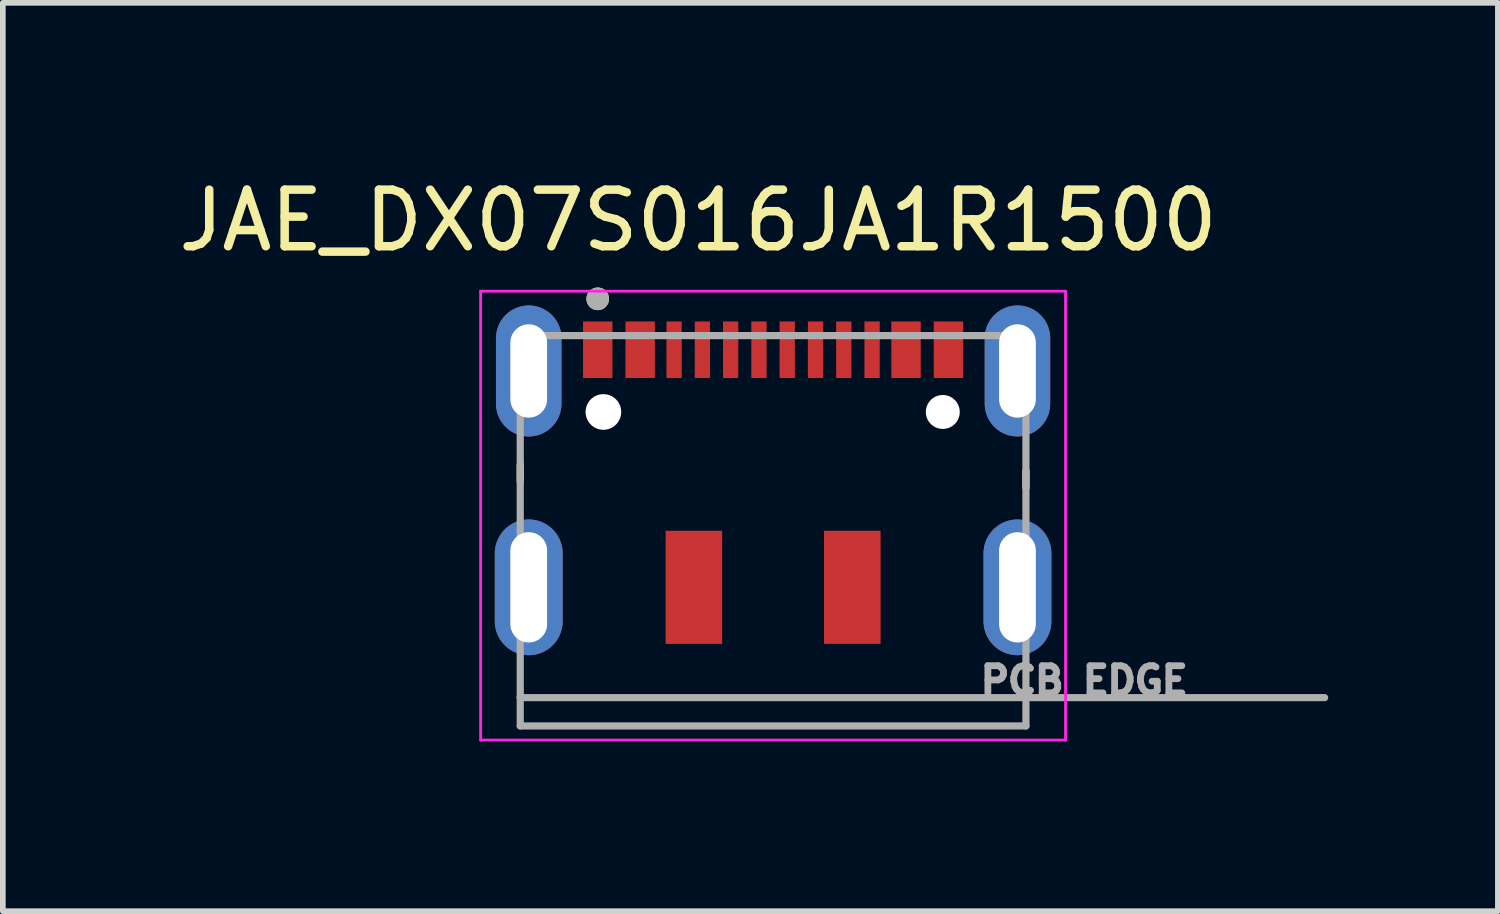
<source format=kicad_pcb>
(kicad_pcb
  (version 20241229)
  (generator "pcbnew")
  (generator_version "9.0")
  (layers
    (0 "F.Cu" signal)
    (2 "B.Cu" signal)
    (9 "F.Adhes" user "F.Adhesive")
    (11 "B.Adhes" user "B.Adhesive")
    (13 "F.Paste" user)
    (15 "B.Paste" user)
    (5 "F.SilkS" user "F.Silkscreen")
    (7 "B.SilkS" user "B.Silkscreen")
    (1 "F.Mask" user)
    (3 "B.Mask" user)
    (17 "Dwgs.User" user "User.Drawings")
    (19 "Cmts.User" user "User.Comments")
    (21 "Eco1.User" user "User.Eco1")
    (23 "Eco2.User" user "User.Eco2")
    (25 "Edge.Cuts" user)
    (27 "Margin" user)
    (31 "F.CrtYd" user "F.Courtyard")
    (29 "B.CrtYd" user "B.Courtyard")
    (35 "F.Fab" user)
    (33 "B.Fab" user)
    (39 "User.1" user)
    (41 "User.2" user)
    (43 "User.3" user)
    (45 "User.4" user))
  (footprint "JAE_DX07S016JA1R1500"
    (layer "F.Cu")
    (at 10.617 4.233)
    (property "Reference" "JAE_DX07S016JA1R1500" (at -1.325 -3.385 0) (layer "F.SilkS") (effects (font (size 1 1) (thickness 0.15))))
    (attr smd)
    (fp_line (start -4.47 0.93) (end -4.47 1.23) (stroke (width 0.127) (type solid)) (layer "F.SilkS"))
    (fp_line (start 4.47 1.04) (end 4.47 1.34) (stroke (width 0.127) (type solid)) (layer "F.SilkS"))
    (fp_circle (center -3.1 -2) (end -3 -2) (stroke (width 0.2) (type solid)) (fill no) (layer "F.SilkS"))
    (fp_line (start -5.17 -2.135) (end 5.17 -2.135) (stroke (width 0.05) (type solid)) (layer "F.CrtYd"))
    (fp_line (start -5.17 5.8) (end -5.17 -2.135) (stroke (width 0.05) (type solid)) (layer "F.CrtYd"))
    (fp_line (start 5.17 -2.135) (end 5.17 5.8) (stroke (width 0.05) (type solid)) (layer "F.CrtYd"))
    (fp_line (start 5.17 5.8) (end -5.17 5.8) (stroke (width 0.05) (type solid)) (layer "F.CrtYd"))
    (fp_line (start -4.47 -1.35) (end 4.47 -1.35) (stroke (width 0.127) (type solid)) (layer "F.Fab"))
    (fp_line (start -4.47 5.05) (end -4.47 -1.35) (stroke (width 0.127) (type solid)) (layer "F.Fab"))
    (fp_line (start -4.47 5.55) (end -4.47 5.05) (stroke (width 0.127) (type solid)) (layer "F.Fab"))
    (fp_line (start 4.47 -1.35) (end 4.47 5.05) (stroke (width 0.127) (type solid)) (layer "F.Fab"))
    (fp_line (start 4.47 5.05) (end -4.47 5.05) (stroke (width 0.127) (type solid)) (layer "F.Fab"))
    (fp_line (start 4.47 5.05) (end 4.47 5.55) (stroke (width 0.127) (type solid)) (layer "F.Fab"))
    (fp_line (start 4.47 5.05) (end 9.75 5.05) (stroke (width 0.127) (type solid)) (layer "F.Fab"))
    (fp_line (start 4.47 5.55) (end -4.47 5.55) (stroke (width 0.127) (type solid)) (layer "F.Fab"))
    (fp_circle (center -3.1 -2) (end -3 -2) (stroke (width 0.2) (type solid)) (fill no) (layer "F.Fab"))
    (fp_text user "PCB EDGE" (at 5.5 4.75 0) (layer "F.Fab") (effects (font (size 0.48 0.48) (thickness 0.15))))
    (pad "" np_thru_hole circle (at -3 0) (size 0.63 0.63) (drill 0.63) (layers "*.Cu" "*.Mask"))
    (pad "" np_thru_hole circle (at 3 0) (size 0.6 0.6) (drill 0.6) (layers "*.Cu" "*.Mask"))
    (pad "1" smd rect (at -3.1 -1.1) (size 0.52 1) (layers "F.Cu" "F.Mask" "F.Paste"))
    (pad "2" smd rect (at -2.35 -1.1) (size 0.52 1) (layers "F.Cu" "F.Mask" "F.Paste"))
    (pad "3" smd rect (at -1.75 -1.1) (size 0.27 1) (layers "F.Cu" "F.Mask" "F.Paste"))
    (pad "4" smd rect (at -1.25 -1.1) (size 0.27 1) (layers "F.Cu" "F.Mask" "F.Paste"))
    (pad "5" smd rect (at -0.75 -1.1) (size 0.27 1) (layers "F.Cu" "F.Mask" "F.Paste"))
    (pad "6" smd rect (at -0.25 -1.1) (size 0.27 1) (layers "F.Cu" "F.Mask" "F.Paste"))
    (pad "7" smd rect (at 0.25 -1.1) (size 0.27 1) (layers "F.Cu" "F.Mask" "F.Paste"))
    (pad "8" smd rect (at 0.75 -1.1) (size 0.27 1) (layers "F.Cu" "F.Mask" "F.Paste"))
    (pad "9" smd rect (at 1.25 -1.1) (size 0.27 1) (layers "F.Cu" "F.Mask" "F.Paste"))
    (pad "10" smd rect (at 1.75 -1.1) (size 0.27 1) (layers "F.Cu" "F.Mask" "F.Paste"))
    (pad "11" smd rect (at 2.35 -1.1) (size 0.52 1) (layers "F.Cu" "F.Mask" "F.Paste"))
    (pad "12" smd rect (at 3.1 -1.1) (size 0.52 1) (layers "F.Cu" "F.Mask" "F.Paste"))
    (pad "S1" smd rect (at -1.4 3.1) (size 1 2) (layers "F.Cu" "F.Mask" "F.Paste"))
    (pad "S2" smd rect (at 1.4 3.1) (size 1 2) (layers "F.Cu" "F.Mask" "F.Paste"))
    (pad "S3" thru_hole oval (at -4.32 -0.725) (size 1.158 2.316) (drill oval 0.65 1.65) (layers "*.Cu" "*.Mask"))
    (pad "S4" thru_hole oval (at 4.32 -0.725) (size 1.158 2.316) (drill oval 0.65 1.65) (layers "*.Cu" "*.Mask"))
    (pad "S5" thru_hole oval (at -4.32 3.1) (size 1.2 2.4) (drill oval 0.65 1.95) (layers "*.Cu" "*.Mask"))
    (pad "S6" thru_hole oval (at 4.32 3.1) (size 1.2 2.4) (drill oval 0.65 1.95) (layers "*.Cu" "*.Mask")))
  (gr_rect
    (start -3 -3)
    (end 23.43 13.058)
    (stroke (width 0.1) (type default))
    (fill no)
    (layer "Edge.Cuts")))
</source>
